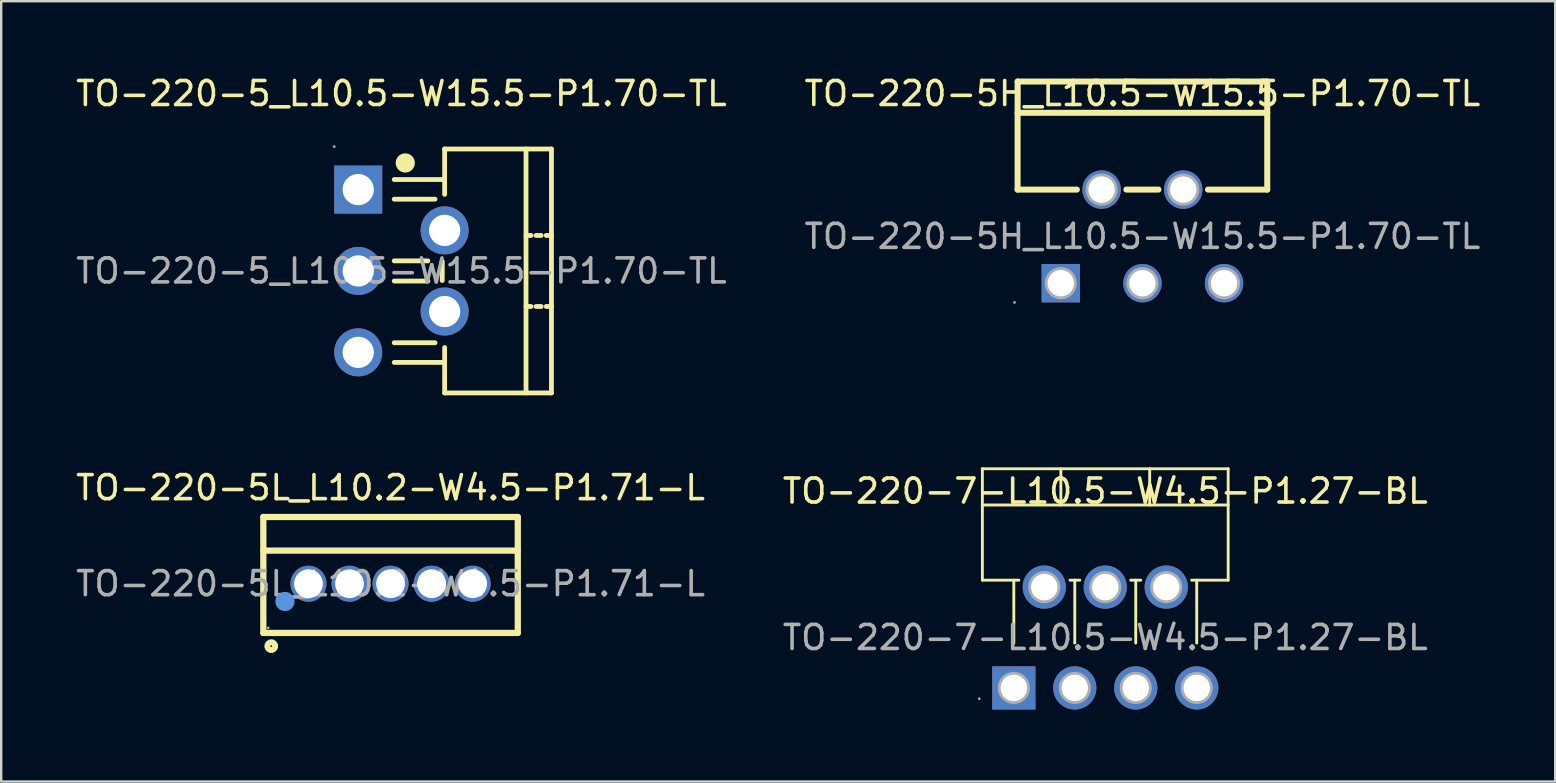
<source format=kicad_pcb>
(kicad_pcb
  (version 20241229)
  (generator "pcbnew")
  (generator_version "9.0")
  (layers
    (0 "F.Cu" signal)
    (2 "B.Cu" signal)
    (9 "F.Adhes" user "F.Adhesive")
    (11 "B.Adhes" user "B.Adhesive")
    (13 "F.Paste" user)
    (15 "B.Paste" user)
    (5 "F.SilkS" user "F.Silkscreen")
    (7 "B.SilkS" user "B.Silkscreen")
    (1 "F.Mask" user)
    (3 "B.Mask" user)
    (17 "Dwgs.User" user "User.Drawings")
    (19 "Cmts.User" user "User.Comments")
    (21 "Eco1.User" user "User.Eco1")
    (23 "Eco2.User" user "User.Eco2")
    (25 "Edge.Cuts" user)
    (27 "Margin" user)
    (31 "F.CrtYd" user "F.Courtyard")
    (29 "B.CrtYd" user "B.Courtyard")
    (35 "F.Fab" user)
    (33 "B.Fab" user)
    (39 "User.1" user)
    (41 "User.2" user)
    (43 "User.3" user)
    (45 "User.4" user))
  (footprint "TO-220-5L_L10.2-W4.5-P1.71-L"
    (layer "F.Cu")
    (at 13.22 21.267)
    (property "Reference" "TO-220-5L_L10.2-W4.5-P1.71-L" (at 0 -4 0) (layer "F.SilkS") (effects (font (size 1 1) (thickness 0.15))))
    (attr through_hole)
    (fp_line (start -5.3 -2.78) (end -5.3 2.05) (stroke (width 0.26) (type solid)) (layer "F.SilkS"))
    (fp_line (start -5.3 2.05) (end 5.3 2.05) (stroke (width 0.26) (type solid)) (layer "F.SilkS"))
    (fp_line (start 5.3 -2.78) (end -5.3 -2.78) (stroke (width 0.26) (type solid)) (layer "F.SilkS"))
    (fp_line (start 5.3 -1.38) (end -5.3 -1.38) (stroke (width 0.26) (type solid)) (layer "F.SilkS"))
    (fp_line (start 5.3 2.05) (end 5.3 -2.78) (stroke (width 0.26) (type solid)) (layer "F.SilkS"))
    (fp_circle (center -4.97 2.6) (end -4.81 2.6) (stroke (width 0.25) (type solid)) (fill no) (layer "F.SilkS"))
    (fp_circle (center -4.4 0.74) (end -4.2 0.74) (stroke (width 0.4) (type solid)) (fill no) (layer "Cmts.User"))
    (fp_circle (center -5.1 1.84) (end -5.07 1.84) (stroke (width 0.06) (type solid)) (fill no) (layer "F.Fab"))
    (fp_text user "${REFERENCE}" (at 0 0 0) (layer "F.Fab") (effects (font (size 1 1) (thickness 0.15))))
    (pad "1" thru_hole circle (at -3.42 0 180) (size 1.5 1.5) (drill 1.2) (layers "*.Cu" "*.Paste" "*.Mask"))
    (pad "2" thru_hole circle (at -1.71 0 180) (size 1.5 1.5) (drill 1.2) (layers "*.Cu" "*.Paste" "*.Mask"))
    (pad "3" thru_hole circle (at 0 0 180) (size 1.5 1.5) (drill 1.2) (layers "*.Cu" "*.Paste" "*.Mask"))
    (pad "4" thru_hole circle (at 1.71 0 180) (size 1.5 1.5) (drill 1.2) (layers "*.Cu" "*.Paste" "*.Mask"))
    (pad "5" thru_hole circle (at 3.42 0 180) (size 1.5 1.5) (drill 1.2) (layers "*.Cu" "*.Paste" "*.Mask")))
  (footprint "TO-220-5H_L10.5-W15.5-P1.70-TL"
    (layer "F.Cu")
    (at 44.542 6.798)
    (property "Reference" "TO-220-5H_L10.5-W15.5-P1.70-TL" (at 0 -5.95 0) (layer "F.SilkS") (effects (font (size 1 1) (thickness 0.15))))
    (attr through_hole)
    (fp_line (start -5.2 -6.45) (end -5.2 -1.95) (stroke (width 0.25) (type solid)) (layer "F.SilkS"))
    (fp_line (start -5.2 -6.45) (end 5.2 -6.45) (stroke (width 0.25) (type solid)) (layer "F.SilkS"))
    (fp_line (start -5.2 -5.15) (end 5.2 -5.15) (stroke (width 0.25) (type solid)) (layer "F.SilkS"))
    (fp_line (start -5.2 -1.95) (end -2.73 -1.95) (stroke (width 0.25) (type solid)) (layer "F.SilkS"))
    (fp_line (start -0.67 -1.95) (end 0.67 -1.95) (stroke (width 0.25) (type solid)) (layer "F.SilkS"))
    (fp_line (start 2.73 -1.95) (end 5.2 -1.95) (stroke (width 0.25) (type solid)) (layer "F.SilkS"))
    (fp_line (start 5.2 -6.45) (end 5.2 -1.95) (stroke (width 0.25) (type solid)) (layer "F.SilkS"))
    (fp_circle (center -5.33 2.75) (end -5.3 2.75) (stroke (width 0.06) (type solid)) (fill no) (layer "F.Fab"))
    (fp_circle (center -3.4 1.95) (end -3.18 1.95) (stroke (width 0.45) (type solid)) (fill no) (layer "F.Fab"))
    (fp_circle (center -1.7 -1.95) (end -1.48 -1.95) (stroke (width 0.45) (type solid)) (fill no) (layer "F.Fab"))
    (fp_circle (center 0 1.95) (end 0.22 1.95) (stroke (width 0.45) (type solid)) (fill no) (layer "F.Fab"))
    (fp_circle (center 1.7 -1.95) (end 1.92 -1.95) (stroke (width 0.45) (type solid)) (fill no) (layer "F.Fab"))
    (fp_circle (center 3.4 1.95) (end 3.62 1.95) (stroke (width 0.45) (type solid)) (fill no) (layer "F.Fab"))
    (fp_text user "${REFERENCE}" (at 0 0 0) (layer "F.Fab") (effects (font (size 1 1) (thickness 0.15))))
    (pad "1" thru_hole rect (at -3.4 1.95) (size 1.6 1.6) (drill 1.1) (layers "*.Cu" "*.Paste" "*.Mask"))
    (pad "2" thru_hole circle (at -1.7 -1.95) (size 1.6 1.6) (drill 1.1) (layers "*.Cu" "*.Paste" "*.Mask"))
    (pad "3" thru_hole circle (at 0 1.95) (size 1.6 1.6) (drill 1.1) (layers "*.Cu" "*.Paste" "*.Mask"))
    (pad "4" thru_hole circle (at 1.7 -1.95) (size 1.6 1.6) (drill 1.1) (layers "*.Cu" "*.Paste" "*.Mask"))
    (pad "5" thru_hole circle (at 3.4 1.95) (size 1.6 1.6) (drill 1.1) (layers "*.Cu" "*.Paste" "*.Mask")))
  (footprint "TO-220-7-L10.5-W4.5-P1.27-BL"
    (layer "F.Cu")
    (at 42.994 23.508)
    (property "Reference" "TO-220-7-L10.5-W4.5-P1.27-BL" (at 0 -6.1 0) (layer "F.SilkS") (effects (font (size 1 1) (thickness 0.15))))
    (attr through_hole)
    (fp_line (start -5.12 -7.03) (end 5.12 -7.03) (stroke (width 0.12) (type solid)) (layer "F.SilkS"))
    (fp_line (start -5.12 -5.52) (end 5.12 -5.52) (stroke (width 0.12) (type solid)) (layer "F.SilkS"))
    (fp_line (start -5.12 -2.39) (end -5.12 -7.03) (stroke (width 0.12) (type solid)) (layer "F.SilkS"))
    (fp_line (start -3.81 -2.39) (end -3.81 0.24) (stroke (width 0.12) (type solid)) (layer "F.SilkS"))
    (fp_line (start -3.6 -2.39) (end -5.12 -2.39) (stroke (width 0.12) (type solid)) (layer "F.SilkS"))
    (fp_line (start -1.85 -7.03) (end -1.85 -5.52) (stroke (width 0.12) (type solid)) (layer "F.SilkS"))
    (fp_line (start -1.47 -2.39) (end -1.06 -2.39) (stroke (width 0.12) (type solid)) (layer "F.SilkS"))
    (fp_line (start -1.27 -2.39) (end -1.27 0.23) (stroke (width 0.12) (type solid)) (layer "F.SilkS"))
    (fp_line (start 1.06 -2.39) (end 1.48 -2.39) (stroke (width 0.12) (type solid)) (layer "F.SilkS"))
    (fp_line (start 1.27 -2.39) (end 1.27 0.23) (stroke (width 0.12) (type solid)) (layer "F.SilkS"))
    (fp_line (start 1.85 -7.03) (end 1.85 -5.52) (stroke (width 0.12) (type solid)) (layer "F.SilkS"))
    (fp_line (start 3.81 -2.39) (end 3.81 0.23) (stroke (width 0.12) (type solid)) (layer "F.SilkS"))
    (fp_line (start 5.12 -7.03) (end 5.12 -2.39) (stroke (width 0.12) (type solid)) (layer "F.SilkS"))
    (fp_line (start 5.12 -2.39) (end 3.6 -2.39) (stroke (width 0.12) (type solid)) (layer "F.SilkS"))
    (fp_circle (center -5.25 2.55) (end -5.22 2.55) (stroke (width 0.06) (type solid)) (fill no) (layer "F.Fab"))
    (fp_circle (center -3.81 2.1) (end -3.59 2.1) (stroke (width 0.45) (type solid)) (fill no) (layer "F.Fab"))
    (fp_circle (center -2.54 -2.1) (end -2.32 -2.1) (stroke (width 0.45) (type solid)) (fill no) (layer "F.Fab"))
    (fp_circle (center -1.27 2.1) (end -1.05 2.1) (stroke (width 0.45) (type solid)) (fill no) (layer "F.Fab"))
    (fp_circle (center 0 -2.1) (end 0.22 -2.1) (stroke (width 0.45) (type solid)) (fill no) (layer "F.Fab"))
    (fp_circle (center 1.27 2.1) (end 1.49 2.1) (stroke (width 0.45) (type solid)) (fill no) (layer "F.Fab"))
    (fp_circle (center 2.54 -2.1) (end 2.76 -2.1) (stroke (width 0.45) (type solid)) (fill no) (layer "F.Fab"))
    (fp_circle (center 3.81 2.1) (end 4.03 2.1) (stroke (width 0.45) (type solid)) (fill no) (layer "F.Fab"))
    (fp_text user "${REFERENCE}" (at 0 0 0) (layer "F.Fab") (effects (font (size 1 1) (thickness 0.15))))
    (pad "1" thru_hole rect (at -3.81 2.1) (size 1.8 1.8) (drill oval 1.1 1.105) (layers "*.Cu" "*.Paste" "*.Mask"))
    (pad "2" thru_hole circle (at -2.54 -2.1) (size 1.8 1.8) (drill oval 1.1 1.105) (layers "*.Cu" "*.Paste" "*.Mask"))
    (pad "3" thru_hole circle (at -1.27 2.1) (size 1.8 1.8) (drill oval 1.1 1.105) (layers "*.Cu" "*.Paste" "*.Mask"))
    (pad "4" thru_hole circle (at 0 -2.1) (size 1.8 1.8) (drill oval 1.1 1.105) (layers "*.Cu" "*.Paste" "*.Mask"))
    (pad "5" thru_hole circle (at 1.27 2.1) (size 1.8 1.8) (drill oval 1.1 1.105) (layers "*.Cu" "*.Paste" "*.Mask"))
    (pad "6" thru_hole circle (at 2.54 -2.1) (size 1.8 1.8) (drill oval 1.1 1.105) (layers "*.Cu" "*.Paste" "*.Mask"))
    (pad "7" thru_hole circle (at 3.81 2.1) (size 1.8 1.8) (drill oval 1.1 1.105) (layers "*.Cu" "*.Paste" "*.Mask")))
  (footprint "TO-220-5_L10.5-W15.5-P1.70-TL"
    (layer "F.Cu")
    (at 13.673 8.238)
    (property "Reference" "TO-220-5_L10.5-W15.5-P1.70-TL" (at 0 -7.39 0) (layer "F.SilkS") (effects (font (size 1 1) (thickness 0.15))))
    (attr through_hole)
    (fp_line (start -0.3 -3.81) (end 1.8 -3.81) (stroke (width 0.2) (type solid)) (layer "F.SilkS"))
    (fp_line (start -0.3 -2.99) (end 1.4 -2.99) (stroke (width 0.2) (type solid)) (layer "F.SilkS"))
    (fp_line (start -0.3 -0.42) (end 1.1 -0.42) (stroke (width 0.2) (type solid)) (layer "F.SilkS"))
    (fp_line (start -0.3 0.42) (end 1.1 0.42) (stroke (width 0.2) (type solid)) (layer "F.SilkS"))
    (fp_line (start -0.3 2.99) (end 1.4 2.99) (stroke (width 0.2) (type solid)) (layer "F.SilkS"))
    (fp_line (start -0.3 3.81) (end 1.8 3.81) (stroke (width 0.2) (type solid)) (layer "F.SilkS"))
    (fp_line (start 1.7 0.4) (end 1.7 -0.4) (stroke (width 0.2) (type solid)) (layer "F.SilkS"))
    (fp_line (start 1.8 -5.08) (end 6.25 -5.08) (stroke (width 0.2) (type solid)) (layer "F.SilkS"))
    (fp_line (start 1.8 -3.19) (end 1.8 -5.08) (stroke (width 0.2) (type solid)) (layer "F.SilkS"))
    (fp_line (start 1.8 5.08) (end 1.8 3.19) (stroke (width 0.2) (type solid)) (layer "F.SilkS"))
    (fp_line (start 5.19 -1.48) (end 5.4 -1.48) (stroke (width 0.2) (type solid)) (layer "F.SilkS"))
    (fp_line (start 5.19 1.48) (end 5.4 1.48) (stroke (width 0.2) (type solid)) (layer "F.SilkS"))
    (fp_line (start 5.19 5.08) (end 5.19 -5.08) (stroke (width 0.2) (type solid)) (layer "F.SilkS"))
    (fp_line (start 5.61 -1.48) (end 5.82 -1.48) (stroke (width 0.2) (type solid)) (layer "F.SilkS"))
    (fp_line (start 5.61 1.48) (end 5.82 1.48) (stroke (width 0.2) (type solid)) (layer "F.SilkS"))
    (fp_line (start 6.03 -1.48) (end 6.25 -1.48) (stroke (width 0.2) (type solid)) (layer "F.SilkS"))
    (fp_line (start 6.03 1.48) (end 6.25 1.48) (stroke (width 0.2) (type solid)) (layer "F.SilkS"))
    (fp_line (start 6.25 -5.08) (end 6.25 5.08) (stroke (width 0.2) (type solid)) (layer "F.SilkS"))
    (fp_line (start 6.25 5.08) (end 1.8 5.08) (stroke (width 0.2) (type solid)) (layer "F.SilkS"))
    (fp_arc (start 0.16 -4.5) (mid 0.16 -4.5) (end 0.16 -4.5) (stroke (width 0.4) (type solid)) (layer "F.SilkS"))
    (fp_circle (center -2.8 -5.18) (end -2.77 -5.18) (stroke (width 0.06) (type solid)) (fill no) (layer "F.Fab"))
    (fp_circle (center -1.8 -3.39) (end -1.52 -3.39) (stroke (width 0.55) (type solid)) (fill no) (layer "F.Fab"))
    (fp_circle (center -1.8 0) (end -1.52 0) (stroke (width 0.55) (type solid)) (fill no) (layer "F.Fab"))
    (fp_circle (center -1.8 3.39) (end -1.52 3.39) (stroke (width 0.55) (type solid)) (fill no) (layer "F.Fab"))
    (fp_circle (center 1.8 -1.69) (end 2.08 -1.69) (stroke (width 0.55) (type solid)) (fill no) (layer "F.Fab"))
    (fp_circle (center 1.8 1.69) (end 2.08 1.69) (stroke (width 0.55) (type solid)) (fill no) (layer "F.Fab"))
    (fp_text user "${REFERENCE}" (at 0 0 0) (layer "F.Fab") (effects (font (size 1 1) (thickness 0.15))))
    (pad "1" thru_hole rect (at -1.8 -3.39 270) (size 2 2) (drill 1.3) (layers "*.Cu" "*.Paste" "*.Mask"))
    (pad "2" thru_hole circle (at 1.8 -1.69 270) (size 2 2) (drill 1.3) (layers "*.Cu" "*.Paste" "*.Mask"))
    (pad "3" thru_hole circle (at -1.8 0 270) (size 2 2) (drill 1.3) (layers "*.Cu" "*.Paste" "*.Mask"))
    (pad "4" thru_hole circle (at 1.8 1.69 270) (size 2 2) (drill 1.3) (layers "*.Cu" "*.Paste" "*.Mask"))
    (pad "5" thru_hole circle (at -1.8 3.39 270) (size 2 2) (drill 1.3) (layers "*.Cu" "*.Paste" "*.Mask")))
  (gr_rect
    (start -3 -3)
    (end 61.738 29.508)
    (stroke (width 0.1) (type default))
    (fill no)
    (layer "Edge.Cuts")))
</source>
